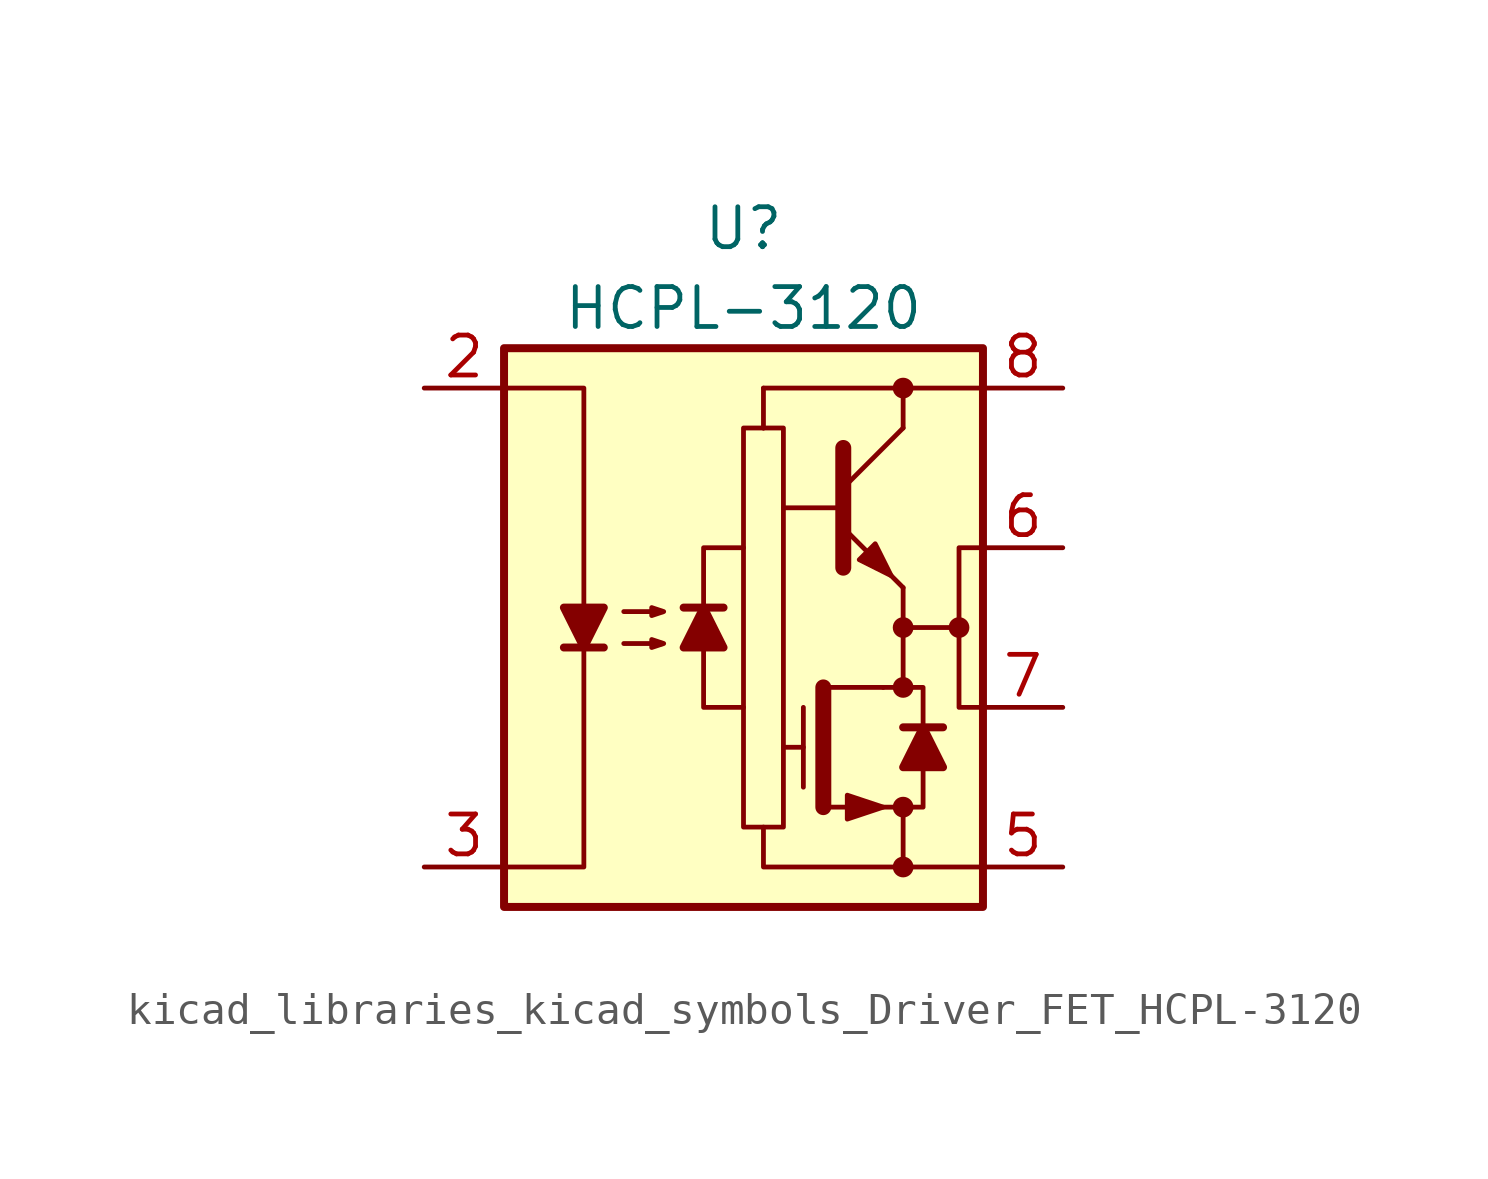
<source format=kicad_sym>
(kicad_symbol_lib
  (version 20220914)
  (generator kicad_symbol_editor)
  (symbol "kicad_libraries_kicad_symbols_Driver_FET_HCPL-3120"
    (pin_names hide)
    (property "Reference" "U"
      (at 0 12.7 0)
      (effects (font (size 1.27 1.27))))
    (property "Value" "HCPL-3120"
      (at 0 10.16 0)
      (effects (font (size 1.27 1.27))))
    (symbol "kicad_libraries_kicad_symbols_Driver_FET_HCPL-3120_0_1"
      (rectangle (start -7.62 8.89) (end 7.62 -8.89) (stroke (width 0.254) (type default)) (fill (type background)))
      (polyline (pts (xy -5.715 -0.635) (xy -4.445 -0.635)) (stroke (width 0.254) (type default)) (fill (type none)))
      (polyline (pts (xy -0.635 0.635) (xy -1.905 0.635)) (stroke (width 0.254) (type default)) (fill (type none)))
      (polyline (pts (xy 1.27 -3.81) (xy 1.905 -3.81)) (stroke (width 0) (type default)) (fill (type none)))
      (polyline (pts (xy 1.905 -5.08) (xy 1.905 -2.54)) (stroke (width 0) (type default)) (fill (type none)))
      (polyline (pts (xy 2.54 -5.715) (xy 2.54 -1.905)) (stroke (width 0.508) (type default)) (fill (type none)))
      (polyline (pts (xy 3.048 3.81) (xy 1.27 3.81)) (stroke (width 0) (type default)) (fill (type none)))
      (polyline (pts (xy 3.175 4.445) (xy 5.08 6.35)) (stroke (width 0) (type default)) (fill (type none)))
      (polyline (pts (xy 4.445 -1.905) (xy 2.54 -1.905)) (stroke (width 0) (type default)) (fill (type none)))
      (polyline (pts (xy 5.08 -5.715) (xy 5.08 -7.62)) (stroke (width 0) (type default)) (fill (type none)))
      (polyline (pts (xy 5.08 0) (xy 6.858 0)) (stroke (width 0) (type default)) (fill (type none)))
      (polyline (pts (xy 5.08 1.27) (xy 3.175 3.175)) (stroke (width 0) (type default)) (fill (type outline)))
      (polyline (pts (xy 5.08 1.27) (xy 5.08 -1.905)) (stroke (width 0) (type default)) (fill (type none)))
      (polyline (pts (xy 5.08 6.35) (xy 5.08 7.62)) (stroke (width 0) (type default)) (fill (type none)))
      (polyline (pts (xy 6.35 -3.175) (xy 5.08 -3.175)) (stroke (width 0.254) (type default)) (fill (type none)))
      (polyline (pts (xy 7.62 7.62) (xy 0.635 7.62)) (stroke (width 0) (type default)) (fill (type none)))
      (polyline (pts (xy -1.27 -0.635) (xy -1.27 -2.54) (xy 0 -2.54)) (stroke (width 0) (type default)) (fill (type none)))
      (polyline (pts (xy -1.27 0.635) (xy -1.27 2.54) (xy 0 2.54)) (stroke (width 0) (type default)) (fill (type none)))
      (polyline (pts (xy 0.635 -6.35) (xy 0.635 -7.62) (xy 7.62 -7.62)) (stroke (width 0) (type default)) (fill (type none)))
      (polyline (pts (xy 3.175 5.715) (xy 3.175 1.905) (xy 3.175 1.905)) (stroke (width 0.508) (type default)) (fill (type none)))
      (polyline (pts (xy 4.445 -1.905) (xy 5.715 -1.905) (xy 5.715 -3.175)) (stroke (width 0) (type default)) (fill (type none)))
      (polyline (pts (xy 5.715 -4.445) (xy 5.715 -5.715) (xy 2.54 -5.715)) (stroke (width 0) (type default)) (fill (type none)))
      (polyline (pts (xy -7.62 7.62) (xy -5.08 7.62) (xy -5.08 -7.62) (xy -7.62 -7.62)) (stroke (width 0) (type default)) (fill (type none)))
      (polyline (pts (xy -5.08 -0.635) (xy -5.715 0.635) (xy -4.445 0.635) (xy -5.08 -0.635)) (stroke (width 0.254) (type default)) (fill (type outline)))
      (polyline (pts (xy -1.27 0.635) (xy -0.635 -0.635) (xy -1.905 -0.635) (xy -1.27 0.635)) (stroke (width 0.254) (type default)) (fill (type outline)))
      (polyline (pts (xy 4.445 -5.715) (xy 3.302 -5.334) (xy 3.302 -6.096) (xy 4.445 -5.715)) (stroke (width 0) (type default)) (fill (type outline)))
      (polyline (pts (xy 5.715 -3.175) (xy 6.35 -4.445) (xy 5.08 -4.445) (xy 5.715 -3.175)) (stroke (width 0.254) (type default)) (fill (type outline)))
      (polyline (pts (xy 7.62 2.54) (xy 6.858 2.54) (xy 6.858 -2.54) (xy 7.62 -2.54)) (stroke (width 0) (type default)) (fill (type none)))
      (polyline (pts (xy -3.81 -0.508) (xy -2.54 -0.508) (xy -2.921 -0.635) (xy -2.921 -0.381) (xy -2.54 -0.508)) (stroke (width 0) (type default)) (fill (type none)))
      (polyline (pts (xy -3.81 0.508) (xy -2.54 0.508) (xy -2.921 0.381) (xy -2.921 0.635) (xy -2.54 0.508)) (stroke (width 0) (type default)) (fill (type none)))
      (polyline (pts (xy 1.27 6.35) (xy 1.27 -6.35) (xy 0 -6.35) (xy 0 6.35) (xy 1.27 6.35)) (stroke (width 0) (type default)) (fill (type none)))
      (polyline (pts (xy 3.683 2.159) (xy 4.191 2.667) (xy 4.699 1.651) (xy 3.683 2.159) (xy 3.683 2.159)) (stroke (width 0) (type default)) (fill (type outline)))
      (rectangle (start 0.635 6.35) (end 0.635 6.35) (stroke (width 0) (type default)) (fill (type none)))
      (rectangle (start 0.635 6.35) (end 0.635 7.62) (stroke (width 0) (type default)) (fill (type none)))
      (circle (center 5.08 -7.62) (radius 0.254) (stroke (width 0) (type default)) (fill (type outline)))
      (circle (center 5.08 -5.715) (radius 0.254) (stroke (width 0) (type default)) (fill (type outline)))
      (circle (center 5.08 -1.905) (radius 0.254) (stroke (width 0) (type default)) (fill (type outline)))
      (circle (center 5.08 0) (radius 0.254) (stroke (width 0) (type default)) (fill (type outline)))
      (circle (center 5.08 7.62) (radius 0.254) (stroke (width 0) (type default)) (fill (type outline)))
      (circle (center 6.858 0) (radius 0.254) (stroke (width 0) (type default)) (fill (type outline))))
    (symbol "kicad_libraries_kicad_symbols_Driver_FET_HCPL-3120_1_1"
      (pin no_connect line (at -7.62 2.54 0) (length 2.54) hide (name "NC" (effects (font (size 1.27 1.27)))) (number "1" (effects (font (size 1.27 1.27)))))
      (pin passive line (at -10.16 7.62 0) (length 2.54) (name "A" (effects (font (size 1.27 1.27)))) (number "2" (effects (font (size 1.27 1.27)))))
      (pin passive line (at -10.16 -7.62 0) (length 2.54) (name "C" (effects (font (size 1.27 1.27)))) (number "3" (effects (font (size 1.27 1.27)))))
      (pin no_connect line (at -7.62 -2.54 0) (length 2.54) hide (name "NC" (effects (font (size 1.27 1.27)))) (number "4" (effects (font (size 1.27 1.27)))))
      (pin power_out line (at 10.16 -7.62 180) (length 2.54) (name "VEE" (effects (font (size 1.27 1.27)))) (number "5" (effects (font (size 1.27 1.27)))))
      (pin output line (at 10.16 2.54 180) (length 2.54) (name "VO" (effects (font (size 1.27 1.27)))) (number "6" (effects (font (size 1.27 1.27)))))
      (pin output line (at 10.16 -2.54 180) (length 2.54) (name "VO" (effects (font (size 1.27 1.27)))) (number "7" (effects (font (size 1.27 1.27)))))
      (pin power_in line (at 10.16 7.62 180) (length 2.54) (name "VCC" (effects (font (size 1.27 1.27)))) (number "8" (effects (font (size 1.27 1.27))))))))
</source>
